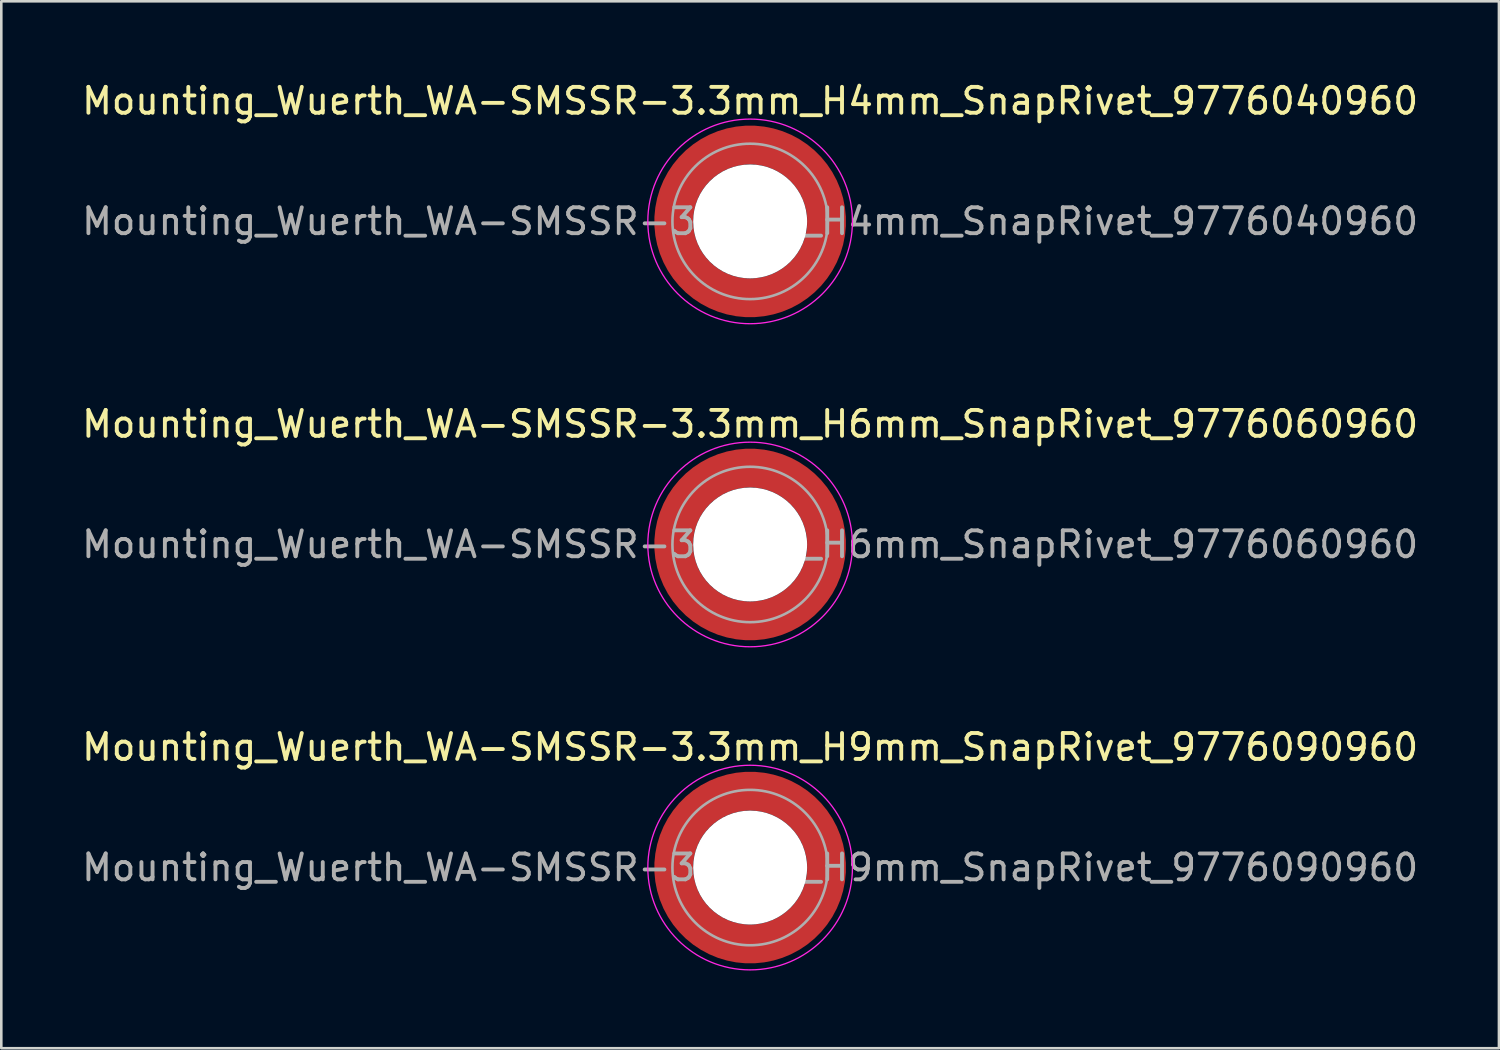
<source format=kicad_pcb>
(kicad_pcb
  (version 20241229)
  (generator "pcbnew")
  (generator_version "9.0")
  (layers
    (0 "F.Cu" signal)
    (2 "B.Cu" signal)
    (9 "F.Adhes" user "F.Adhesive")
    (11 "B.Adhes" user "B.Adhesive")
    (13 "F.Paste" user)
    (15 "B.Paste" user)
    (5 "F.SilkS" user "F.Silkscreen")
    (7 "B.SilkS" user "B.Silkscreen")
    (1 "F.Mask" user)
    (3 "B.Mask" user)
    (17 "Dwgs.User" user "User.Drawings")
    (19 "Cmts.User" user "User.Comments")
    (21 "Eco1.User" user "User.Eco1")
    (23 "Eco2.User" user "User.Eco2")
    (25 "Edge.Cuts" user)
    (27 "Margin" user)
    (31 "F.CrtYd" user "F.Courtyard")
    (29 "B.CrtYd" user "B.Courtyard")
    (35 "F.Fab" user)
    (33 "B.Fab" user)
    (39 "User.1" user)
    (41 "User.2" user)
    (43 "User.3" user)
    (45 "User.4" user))
  (footprint "Mounting_Wuerth_WA-SMSSR-3.3mm_H4mm_SnapRivet_9776040960"
    (layer "F.Cu")
    (at 25.911 5.498)
    (property "Reference" "Mounting_Wuerth_WA-SMSSR-3.3mm_H4mm_SnapRivet_9776040960" (at 0 -4.65 0) (layer "F.SilkS") (effects (font (size 1 1) (thickness 0.15))))
    (attr smd)
    (fp_circle (center 0 0) (end 3.95 0) (stroke (width 0.05) (type solid)) (fill no) (layer "F.CrtYd"))
    (fp_circle (center 0 0) (end 3 0) (stroke (width 0.1) (type solid)) (fill no) (layer "F.Fab"))
    (fp_text user "${REFERENCE}" (at 0 0 0) (layer "F.Fab") (effects (font (size 1 1) (thickness 0.15))))
    (pad "" smd custom (at -2.077 -2.077) (size 0.995 0.995) (layers "F.Paste") (options (anchor circle)) (primitives (gr_arc (start -0.208831 1.577126) (mid 0.422144 0.422848) (end 1.576154 -0.208618) (width 0.2)) (gr_arc (start -0.310669 1.577126) (mid 0.35138 0.352781) (end 1.575188 -0.310262) (width 0.2)) (gr_arc (start -0.412325 1.577126) (mid 0.280305 0.283024) (end 1.573357 -0.411565) (width 0.2)) (gr_arc (start -0.51382 1.577126) (mid 0.210358 0.212139) (end 1.574653 -0.513342) (width 0.2)) (gr_arc (start -0.615172 1.577126) (mid 0.139846 0.141818) (end 1.574384 -0.614661) (width 0.2)) (gr_arc (start -0.716397 1.577126) (mid 0.070334 0.070498) (end 1.576898 -0.716356) (width 0.2)) (gr_arc (start -0.817508 1.577126) (mid -0.001805 0.001806) (end 1.572094 -0.816634) (width 0.2)) (gr_arc (start -0.918517 1.577126) (mid -0.071322 -0.06951) (end 1.574599 -0.918094) (width 0.2)) (gr_arc (start -1.019433 1.577126) (mid -0.141902 -0.139762) (end 1.574138 -1.018949) (width 0.2)) (gr_arc (start -1.120266 1.577126) (mid -0.211736 -0.210761) (end 1.575763 -1.120053) (width 0.2)) (gr_arc (start -1.221022 1.577126) (mid -0.282882 -0.280446) (end 1.57372 -1.220504) (width 0.2)) (gr_arc (start -1.32171 1.577126) (mid -0.353407 -0.350753) (end 1.573414 -1.321162) (width 0.2)) (gr_arc (start -1.422335 1.577126) (mid -0.423311 -0.421682) (end 1.574846 -1.422009) (width 0.2)) (gr_line (start 1.577 -0.209) (end 1.577 -1.422) (width 0.2)) (gr_line (start -0.209 1.577) (end -1.422 1.577) (width 0.2))))
    (pad "" smd custom (at -2.077 2.077) (size 0.995 0.995) (layers "F.Paste") (options (anchor circle)) (primitives (gr_arc (start 1.577126 0.208831) (mid 0.422848 -0.422144) (end -0.208618 -1.576154) (width 0.2)) (gr_arc (start 1.577126 0.310669) (mid 0.352781 -0.35138) (end -0.310262 -1.575188) (width 0.2)) (gr_arc (start 1.577126 0.412325) (mid 0.283024 -0.280305) (end -0.411565 -1.573357) (width 0.2)) (gr_arc (start 1.577126 0.51382) (mid 0.212139 -0.210358) (end -0.513342 -1.574653) (width 0.2)) (gr_arc (start 1.577126 0.615172) (mid 0.141818 -0.139846) (end -0.614661 -1.574384) (width 0.2)) (gr_arc (start 1.577126 0.716397) (mid 0.070498 -0.070334) (end -0.716356 -1.576898) (width 0.2)) (gr_arc (start 1.577126 0.817508) (mid 0.001806 0.001805) (end -0.816634 -1.572094) (width 0.2)) (gr_arc (start 1.577126 0.918517) (mid -0.06951 0.071322) (end -0.918094 -1.574599) (width 0.2)) (gr_arc (start 1.577126 1.019433) (mid -0.139762 0.141902) (end -1.018949 -1.574138) (width 0.2)) (gr_arc (start 1.577126 1.120266) (mid -0.210761 0.211736) (end -1.120053 -1.575763) (width 0.2)) (gr_arc (start 1.577126 1.221022) (mid -0.280446 0.282882) (end -1.220504 -1.57372) (width 0.2)) (gr_arc (start 1.577126 1.32171) (mid -0.350753 0.353407) (end -1.321162 -1.573414) (width 0.2)) (gr_arc (start 1.577126 1.422335) (mid -0.421682 0.423311) (end -1.422009 -1.574846) (width 0.2)) (gr_line (start -0.209 -1.577) (end -1.422 -1.577) (width 0.2)) (gr_line (start 1.577 0.209) (end 1.577 1.422) (width 0.2))))
    (pad "" np_thru_hole circle (at 0 0) (size 4.4 4.4) (drill 4.4) (layers "*.Cu" "*.Mask"))
    (pad "" smd custom (at 2.077 -2.077) (size 0.995 0.995) (layers "F.Paste") (options (anchor circle)) (primitives (gr_arc (start -1.577126 -0.208831) (mid -0.422848 0.422144) (end 0.208618 1.576154) (width 0.2)) (gr_arc (start -1.577126 -0.310669) (mid -0.352781 0.35138) (end 0.310262 1.575188) (width 0.2)) (gr_arc (start -1.577126 -0.412325) (mid -0.283024 0.280305) (end 0.411565 1.573357) (width 0.2)) (gr_arc (start -1.577126 -0.51382) (mid -0.212139 0.210358) (end 0.513342 1.574653) (width 0.2)) (gr_arc (start -1.577126 -0.615172) (mid -0.141818 0.139846) (end 0.614661 1.574384) (width 0.2)) (gr_arc (start -1.577126 -0.716397) (mid -0.070498 0.070334) (end 0.716356 1.576898) (width 0.2)) (gr_arc (start -1.577126 -0.817508) (mid -0.001806 -0.001805) (end 0.816634 1.572094) (width 0.2)) (gr_arc (start -1.577126 -0.918517) (mid 0.06951 -0.071322) (end 0.918094 1.574599) (width 0.2)) (gr_arc (start -1.577126 -1.019433) (mid 0.139762 -0.141902) (end 1.018949 1.574138) (width 0.2)) (gr_arc (start -1.577126 -1.120266) (mid 0.210761 -0.211736) (end 1.120053 1.575763) (width 0.2)) (gr_arc (start -1.577126 -1.221022) (mid 0.280446 -0.282882) (end 1.220504 1.57372) (width 0.2)) (gr_arc (start -1.577126 -1.32171) (mid 0.350753 -0.353407) (end 1.321162 1.573414) (width 0.2)) (gr_arc (start -1.577126 -1.422335) (mid 0.421682 -0.423311) (end 1.422009 1.574846) (width 0.2)) (gr_line (start 0.209 1.577) (end 1.422 1.577) (width 0.2)) (gr_line (start -1.577 -0.209) (end -1.577 -1.422) (width 0.2))))
    (pad "" smd custom (at 2.077 2.077) (size 0.995 0.995) (layers "F.Paste") (options (anchor circle)) (primitives (gr_arc (start 0.208831 -1.577126) (mid -0.422144 -0.422848) (end -1.576154 0.208618) (width 0.2)) (gr_arc (start 0.310669 -1.577126) (mid -0.35138 -0.352781) (end -1.575188 0.310262) (width 0.2)) (gr_arc (start 0.412325 -1.577126) (mid -0.280305 -0.283024) (end -1.573357 0.411565) (width 0.2)) (gr_arc (start 0.51382 -1.577126) (mid -0.210358 -0.212139) (end -1.574653 0.513342) (width 0.2)) (gr_arc (start 0.615172 -1.577126) (mid -0.139846 -0.141818) (end -1.574384 0.614661) (width 0.2)) (gr_arc (start 0.716397 -1.577126) (mid -0.070334 -0.070498) (end -1.576898 0.716356) (width 0.2)) (gr_arc (start 0.817508 -1.577126) (mid 0.001805 -0.001806) (end -1.572094 0.816634) (width 0.2)) (gr_arc (start 0.918517 -1.577126) (mid 0.071322 0.06951) (end -1.574599 0.918094) (width 0.2)) (gr_arc (start 1.019433 -1.577126) (mid 0.141902 0.139762) (end -1.574138 1.018949) (width 0.2)) (gr_arc (start 1.120266 -1.577126) (mid 0.211736 0.210761) (end -1.575763 1.120053) (width 0.2)) (gr_arc (start 1.221022 -1.577126) (mid 0.282882 0.280446) (end -1.57372 1.220504) (width 0.2)) (gr_arc (start 1.32171 -1.577126) (mid 0.353407 0.350753) (end -1.573414 1.321162) (width 0.2)) (gr_arc (start 1.422335 -1.577126) (mid 0.423311 0.421682) (end -1.574846 1.422009) (width 0.2)) (gr_line (start -1.577 0.209) (end -1.577 1.422) (width 0.2)) (gr_line (start 0.209 -1.577) (end 1.422 -1.577) (width 0.2))))
    (pad "1" smd circle (at -2.95 0) (size 1.1 1.1) (layers "F.Cu"))
    (pad "1" smd circle (at 0 -2.95) (size 1.1 1.1) (layers "F.Cu"))
    (pad "1" smd circle (at 0 2.95) (size 1.1 1.1) (layers "F.Cu"))
    (pad "1" smd custom (at 2.95 0) (size 1.1 1.1) (layers "F.Cu" "F.Mask") (options (anchor circle)) (primitives (gr_circle (center -2.95 0) (end 0 0) (width 1.5) (fill no)))))
  (footprint "Mounting_Wuerth_WA-SMSSR-3.3mm_H9mm_SnapRivet_9776090960"
    (layer "F.Cu")
    (at 25.911 30.445)
    (property "Reference" "Mounting_Wuerth_WA-SMSSR-3.3mm_H9mm_SnapRivet_9776090960" (at 0 -4.65 0) (layer "F.SilkS") (effects (font (size 1 1) (thickness 0.15))))
    (attr smd)
    (fp_circle (center 0 0) (end 3.95 0) (stroke (width 0.05) (type solid)) (fill no) (layer "F.CrtYd"))
    (fp_circle (center 0 0) (end 3 0) (stroke (width 0.1) (type solid)) (fill no) (layer "F.Fab"))
    (fp_text user "${REFERENCE}" (at 0 0 0) (layer "F.Fab") (effects (font (size 1 1) (thickness 0.15))))
    (pad "" smd custom (at -2.077 -2.077) (size 0.995 0.995) (layers "F.Paste") (options (anchor circle)) (primitives (gr_arc (start -0.208831 1.577126) (mid 0.422144 0.422848) (end 1.576154 -0.208618) (width 0.2)) (gr_arc (start -0.310669 1.577126) (mid 0.35138 0.352781) (end 1.575188 -0.310262) (width 0.2)) (gr_arc (start -0.412325 1.577126) (mid 0.280305 0.283024) (end 1.573357 -0.411565) (width 0.2)) (gr_arc (start -0.51382 1.577126) (mid 0.210358 0.212139) (end 1.574653 -0.513342) (width 0.2)) (gr_arc (start -0.615172 1.577126) (mid 0.139846 0.141818) (end 1.574384 -0.614661) (width 0.2)) (gr_arc (start -0.716397 1.577126) (mid 0.070334 0.070498) (end 1.576898 -0.716356) (width 0.2)) (gr_arc (start -0.817508 1.577126) (mid -0.001805 0.001806) (end 1.572094 -0.816634) (width 0.2)) (gr_arc (start -0.918517 1.577126) (mid -0.071322 -0.06951) (end 1.574599 -0.918094) (width 0.2)) (gr_arc (start -1.019433 1.577126) (mid -0.141902 -0.139762) (end 1.574138 -1.018949) (width 0.2)) (gr_arc (start -1.120266 1.577126) (mid -0.211736 -0.210761) (end 1.575763 -1.120053) (width 0.2)) (gr_arc (start -1.221022 1.577126) (mid -0.282882 -0.280446) (end 1.57372 -1.220504) (width 0.2)) (gr_arc (start -1.32171 1.577126) (mid -0.353407 -0.350753) (end 1.573414 -1.321162) (width 0.2)) (gr_arc (start -1.422335 1.577126) (mid -0.423311 -0.421682) (end 1.574846 -1.422009) (width 0.2)) (gr_line (start 1.577 -0.209) (end 1.577 -1.422) (width 0.2)) (gr_line (start -0.209 1.577) (end -1.422 1.577) (width 0.2))))
    (pad "" smd custom (at -2.077 2.077) (size 0.995 0.995) (layers "F.Paste") (options (anchor circle)) (primitives (gr_arc (start 1.577126 0.208831) (mid 0.422848 -0.422144) (end -0.208618 -1.576154) (width 0.2)) (gr_arc (start 1.577126 0.310669) (mid 0.352781 -0.35138) (end -0.310262 -1.575188) (width 0.2)) (gr_arc (start 1.577126 0.412325) (mid 0.283024 -0.280305) (end -0.411565 -1.573357) (width 0.2)) (gr_arc (start 1.577126 0.51382) (mid 0.212139 -0.210358) (end -0.513342 -1.574653) (width 0.2)) (gr_arc (start 1.577126 0.615172) (mid 0.141818 -0.139846) (end -0.614661 -1.574384) (width 0.2)) (gr_arc (start 1.577126 0.716397) (mid 0.070498 -0.070334) (end -0.716356 -1.576898) (width 0.2)) (gr_arc (start 1.577126 0.817508) (mid 0.001806 0.001805) (end -0.816634 -1.572094) (width 0.2)) (gr_arc (start 1.577126 0.918517) (mid -0.06951 0.071322) (end -0.918094 -1.574599) (width 0.2)) (gr_arc (start 1.577126 1.019433) (mid -0.139762 0.141902) (end -1.018949 -1.574138) (width 0.2)) (gr_arc (start 1.577126 1.120266) (mid -0.210761 0.211736) (end -1.120053 -1.575763) (width 0.2)) (gr_arc (start 1.577126 1.221022) (mid -0.280446 0.282882) (end -1.220504 -1.57372) (width 0.2)) (gr_arc (start 1.577126 1.32171) (mid -0.350753 0.353407) (end -1.321162 -1.573414) (width 0.2)) (gr_arc (start 1.577126 1.422335) (mid -0.421682 0.423311) (end -1.422009 -1.574846) (width 0.2)) (gr_line (start -0.209 -1.577) (end -1.422 -1.577) (width 0.2)) (gr_line (start 1.577 0.209) (end 1.577 1.422) (width 0.2))))
    (pad "" np_thru_hole circle (at 0 0) (size 4.4 4.4) (drill 4.4) (layers "*.Cu" "*.Mask"))
    (pad "" smd custom (at 2.077 -2.077) (size 0.995 0.995) (layers "F.Paste") (options (anchor circle)) (primitives (gr_arc (start -1.577126 -0.208831) (mid -0.422848 0.422144) (end 0.208618 1.576154) (width 0.2)) (gr_arc (start -1.577126 -0.310669) (mid -0.352781 0.35138) (end 0.310262 1.575188) (width 0.2)) (gr_arc (start -1.577126 -0.412325) (mid -0.283024 0.280305) (end 0.411565 1.573357) (width 0.2)) (gr_arc (start -1.577126 -0.51382) (mid -0.212139 0.210358) (end 0.513342 1.574653) (width 0.2)) (gr_arc (start -1.577126 -0.615172) (mid -0.141818 0.139846) (end 0.614661 1.574384) (width 0.2)) (gr_arc (start -1.577126 -0.716397) (mid -0.070498 0.070334) (end 0.716356 1.576898) (width 0.2)) (gr_arc (start -1.577126 -0.817508) (mid -0.001806 -0.001805) (end 0.816634 1.572094) (width 0.2)) (gr_arc (start -1.577126 -0.918517) (mid 0.06951 -0.071322) (end 0.918094 1.574599) (width 0.2)) (gr_arc (start -1.577126 -1.019433) (mid 0.139762 -0.141902) (end 1.018949 1.574138) (width 0.2)) (gr_arc (start -1.577126 -1.120266) (mid 0.210761 -0.211736) (end 1.120053 1.575763) (width 0.2)) (gr_arc (start -1.577126 -1.221022) (mid 0.280446 -0.282882) (end 1.220504 1.57372) (width 0.2)) (gr_arc (start -1.577126 -1.32171) (mid 0.350753 -0.353407) (end 1.321162 1.573414) (width 0.2)) (gr_arc (start -1.577126 -1.422335) (mid 0.421682 -0.423311) (end 1.422009 1.574846) (width 0.2)) (gr_line (start 0.209 1.577) (end 1.422 1.577) (width 0.2)) (gr_line (start -1.577 -0.209) (end -1.577 -1.422) (width 0.2))))
    (pad "" smd custom (at 2.077 2.077) (size 0.995 0.995) (layers "F.Paste") (options (anchor circle)) (primitives (gr_arc (start 0.208831 -1.577126) (mid -0.422144 -0.422848) (end -1.576154 0.208618) (width 0.2)) (gr_arc (start 0.310669 -1.577126) (mid -0.35138 -0.352781) (end -1.575188 0.310262) (width 0.2)) (gr_arc (start 0.412325 -1.577126) (mid -0.280305 -0.283024) (end -1.573357 0.411565) (width 0.2)) (gr_arc (start 0.51382 -1.577126) (mid -0.210358 -0.212139) (end -1.574653 0.513342) (width 0.2)) (gr_arc (start 0.615172 -1.577126) (mid -0.139846 -0.141818) (end -1.574384 0.614661) (width 0.2)) (gr_arc (start 0.716397 -1.577126) (mid -0.070334 -0.070498) (end -1.576898 0.716356) (width 0.2)) (gr_arc (start 0.817508 -1.577126) (mid 0.001805 -0.001806) (end -1.572094 0.816634) (width 0.2)) (gr_arc (start 0.918517 -1.577126) (mid 0.071322 0.06951) (end -1.574599 0.918094) (width 0.2)) (gr_arc (start 1.019433 -1.577126) (mid 0.141902 0.139762) (end -1.574138 1.018949) (width 0.2)) (gr_arc (start 1.120266 -1.577126) (mid 0.211736 0.210761) (end -1.575763 1.120053) (width 0.2)) (gr_arc (start 1.221022 -1.577126) (mid 0.282882 0.280446) (end -1.57372 1.220504) (width 0.2)) (gr_arc (start 1.32171 -1.577126) (mid 0.353407 0.350753) (end -1.573414 1.321162) (width 0.2)) (gr_arc (start 1.422335 -1.577126) (mid 0.423311 0.421682) (end -1.574846 1.422009) (width 0.2)) (gr_line (start -1.577 0.209) (end -1.577 1.422) (width 0.2)) (gr_line (start 0.209 -1.577) (end 1.422 -1.577) (width 0.2))))
    (pad "1" smd circle (at -2.95 0) (size 1.1 1.1) (layers "F.Cu"))
    (pad "1" smd circle (at 0 -2.95) (size 1.1 1.1) (layers "F.Cu"))
    (pad "1" smd circle (at 0 2.95) (size 1.1 1.1) (layers "F.Cu"))
    (pad "1" smd custom (at 2.95 0) (size 1.1 1.1) (layers "F.Cu" "F.Mask") (options (anchor circle)) (primitives (gr_circle (center -2.95 0) (end 0 0) (width 1.5) (fill no)))))
  (footprint "Mounting_Wuerth_WA-SMSSR-3.3mm_H6mm_SnapRivet_9776060960"
    (layer "F.Cu")
    (at 25.911 17.971)
    (property "Reference" "Mounting_Wuerth_WA-SMSSR-3.3mm_H6mm_SnapRivet_9776060960" (at 0 -4.65 0) (layer "F.SilkS") (effects (font (size 1 1) (thickness 0.15))))
    (attr smd)
    (fp_circle (center 0 0) (end 3.95 0) (stroke (width 0.05) (type solid)) (fill no) (layer "F.CrtYd"))
    (fp_circle (center 0 0) (end 3 0) (stroke (width 0.1) (type solid)) (fill no) (layer "F.Fab"))
    (fp_text user "${REFERENCE}" (at 0 0 0) (layer "F.Fab") (effects (font (size 1 1) (thickness 0.15))))
    (pad "" smd custom (at -2.077 -2.077) (size 0.995 0.995) (layers "F.Paste") (options (anchor circle)) (primitives (gr_arc (start -0.208831 1.577126) (mid 0.422144 0.422848) (end 1.576154 -0.208618) (width 0.2)) (gr_arc (start -0.310669 1.577126) (mid 0.35138 0.352781) (end 1.575188 -0.310262) (width 0.2)) (gr_arc (start -0.412325 1.577126) (mid 0.280305 0.283024) (end 1.573357 -0.411565) (width 0.2)) (gr_arc (start -0.51382 1.577126) (mid 0.210358 0.212139) (end 1.574653 -0.513342) (width 0.2)) (gr_arc (start -0.615172 1.577126) (mid 0.139846 0.141818) (end 1.574384 -0.614661) (width 0.2)) (gr_arc (start -0.716397 1.577126) (mid 0.070334 0.070498) (end 1.576898 -0.716356) (width 0.2)) (gr_arc (start -0.817508 1.577126) (mid -0.001805 0.001806) (end 1.572094 -0.816634) (width 0.2)) (gr_arc (start -0.918517 1.577126) (mid -0.071322 -0.06951) (end 1.574599 -0.918094) (width 0.2)) (gr_arc (start -1.019433 1.577126) (mid -0.141902 -0.139762) (end 1.574138 -1.018949) (width 0.2)) (gr_arc (start -1.120266 1.577126) (mid -0.211736 -0.210761) (end 1.575763 -1.120053) (width 0.2)) (gr_arc (start -1.221022 1.577126) (mid -0.282882 -0.280446) (end 1.57372 -1.220504) (width 0.2)) (gr_arc (start -1.32171 1.577126) (mid -0.353407 -0.350753) (end 1.573414 -1.321162) (width 0.2)) (gr_arc (start -1.422335 1.577126) (mid -0.423311 -0.421682) (end 1.574846 -1.422009) (width 0.2)) (gr_line (start 1.577 -0.209) (end 1.577 -1.422) (width 0.2)) (gr_line (start -0.209 1.577) (end -1.422 1.577) (width 0.2))))
    (pad "" smd custom (at -2.077 2.077) (size 0.995 0.995) (layers "F.Paste") (options (anchor circle)) (primitives (gr_arc (start 1.577126 0.208831) (mid 0.422848 -0.422144) (end -0.208618 -1.576154) (width 0.2)) (gr_arc (start 1.577126 0.310669) (mid 0.352781 -0.35138) (end -0.310262 -1.575188) (width 0.2)) (gr_arc (start 1.577126 0.412325) (mid 0.283024 -0.280305) (end -0.411565 -1.573357) (width 0.2)) (gr_arc (start 1.577126 0.51382) (mid 0.212139 -0.210358) (end -0.513342 -1.574653) (width 0.2)) (gr_arc (start 1.577126 0.615172) (mid 0.141818 -0.139846) (end -0.614661 -1.574384) (width 0.2)) (gr_arc (start 1.577126 0.716397) (mid 0.070498 -0.070334) (end -0.716356 -1.576898) (width 0.2)) (gr_arc (start 1.577126 0.817508) (mid 0.001806 0.001805) (end -0.816634 -1.572094) (width 0.2)) (gr_arc (start 1.577126 0.918517) (mid -0.06951 0.071322) (end -0.918094 -1.574599) (width 0.2)) (gr_arc (start 1.577126 1.019433) (mid -0.139762 0.141902) (end -1.018949 -1.574138) (width 0.2)) (gr_arc (start 1.577126 1.120266) (mid -0.210761 0.211736) (end -1.120053 -1.575763) (width 0.2)) (gr_arc (start 1.577126 1.221022) (mid -0.280446 0.282882) (end -1.220504 -1.57372) (width 0.2)) (gr_arc (start 1.577126 1.32171) (mid -0.350753 0.353407) (end -1.321162 -1.573414) (width 0.2)) (gr_arc (start 1.577126 1.422335) (mid -0.421682 0.423311) (end -1.422009 -1.574846) (width 0.2)) (gr_line (start -0.209 -1.577) (end -1.422 -1.577) (width 0.2)) (gr_line (start 1.577 0.209) (end 1.577 1.422) (width 0.2))))
    (pad "" np_thru_hole circle (at 0 0) (size 4.4 4.4) (drill 4.4) (layers "*.Cu" "*.Mask"))
    (pad "" smd custom (at 2.077 -2.077) (size 0.995 0.995) (layers "F.Paste") (options (anchor circle)) (primitives (gr_arc (start -1.577126 -0.208831) (mid -0.422848 0.422144) (end 0.208618 1.576154) (width 0.2)) (gr_arc (start -1.577126 -0.310669) (mid -0.352781 0.35138) (end 0.310262 1.575188) (width 0.2)) (gr_arc (start -1.577126 -0.412325) (mid -0.283024 0.280305) (end 0.411565 1.573357) (width 0.2)) (gr_arc (start -1.577126 -0.51382) (mid -0.212139 0.210358) (end 0.513342 1.574653) (width 0.2)) (gr_arc (start -1.577126 -0.615172) (mid -0.141818 0.139846) (end 0.614661 1.574384) (width 0.2)) (gr_arc (start -1.577126 -0.716397) (mid -0.070498 0.070334) (end 0.716356 1.576898) (width 0.2)) (gr_arc (start -1.577126 -0.817508) (mid -0.001806 -0.001805) (end 0.816634 1.572094) (width 0.2)) (gr_arc (start -1.577126 -0.918517) (mid 0.06951 -0.071322) (end 0.918094 1.574599) (width 0.2)) (gr_arc (start -1.577126 -1.019433) (mid 0.139762 -0.141902) (end 1.018949 1.574138) (width 0.2)) (gr_arc (start -1.577126 -1.120266) (mid 0.210761 -0.211736) (end 1.120053 1.575763) (width 0.2)) (gr_arc (start -1.577126 -1.221022) (mid 0.280446 -0.282882) (end 1.220504 1.57372) (width 0.2)) (gr_arc (start -1.577126 -1.32171) (mid 0.350753 -0.353407) (end 1.321162 1.573414) (width 0.2)) (gr_arc (start -1.577126 -1.422335) (mid 0.421682 -0.423311) (end 1.422009 1.574846) (width 0.2)) (gr_line (start 0.209 1.577) (end 1.422 1.577) (width 0.2)) (gr_line (start -1.577 -0.209) (end -1.577 -1.422) (width 0.2))))
    (pad "" smd custom (at 2.077 2.077) (size 0.995 0.995) (layers "F.Paste") (options (anchor circle)) (primitives (gr_arc (start 0.208831 -1.577126) (mid -0.422144 -0.422848) (end -1.576154 0.208618) (width 0.2)) (gr_arc (start 0.310669 -1.577126) (mid -0.35138 -0.352781) (end -1.575188 0.310262) (width 0.2)) (gr_arc (start 0.412325 -1.577126) (mid -0.280305 -0.283024) (end -1.573357 0.411565) (width 0.2)) (gr_arc (start 0.51382 -1.577126) (mid -0.210358 -0.212139) (end -1.574653 0.513342) (width 0.2)) (gr_arc (start 0.615172 -1.577126) (mid -0.139846 -0.141818) (end -1.574384 0.614661) (width 0.2)) (gr_arc (start 0.716397 -1.577126) (mid -0.070334 -0.070498) (end -1.576898 0.716356) (width 0.2)) (gr_arc (start 0.817508 -1.577126) (mid 0.001805 -0.001806) (end -1.572094 0.816634) (width 0.2)) (gr_arc (start 0.918517 -1.577126) (mid 0.071322 0.06951) (end -1.574599 0.918094) (width 0.2)) (gr_arc (start 1.019433 -1.577126) (mid 0.141902 0.139762) (end -1.574138 1.018949) (width 0.2)) (gr_arc (start 1.120266 -1.577126) (mid 0.211736 0.210761) (end -1.575763 1.120053) (width 0.2)) (gr_arc (start 1.221022 -1.577126) (mid 0.282882 0.280446) (end -1.57372 1.220504) (width 0.2)) (gr_arc (start 1.32171 -1.577126) (mid 0.353407 0.350753) (end -1.573414 1.321162) (width 0.2)) (gr_arc (start 1.422335 -1.577126) (mid 0.423311 0.421682) (end -1.574846 1.422009) (width 0.2)) (gr_line (start -1.577 0.209) (end -1.577 1.422) (width 0.2)) (gr_line (start 0.209 -1.577) (end 1.422 -1.577) (width 0.2))))
    (pad "1" smd circle (at -2.95 0) (size 1.1 1.1) (layers "F.Cu"))
    (pad "1" smd circle (at 0 -2.95) (size 1.1 1.1) (layers "F.Cu"))
    (pad "1" smd circle (at 0 2.95) (size 1.1 1.1) (layers "F.Cu"))
    (pad "1" smd custom (at 2.95 0) (size 1.1 1.1) (layers "F.Cu" "F.Mask") (options (anchor circle)) (primitives (gr_circle (center -2.95 0) (end 0 0) (width 1.5) (fill no)))))
  (gr_rect
    (start -3 -3)
    (end 54.821 37.42)
    (stroke (width 0.1) (type default))
    (fill no)
    (layer "Edge.Cuts")))
</source>
